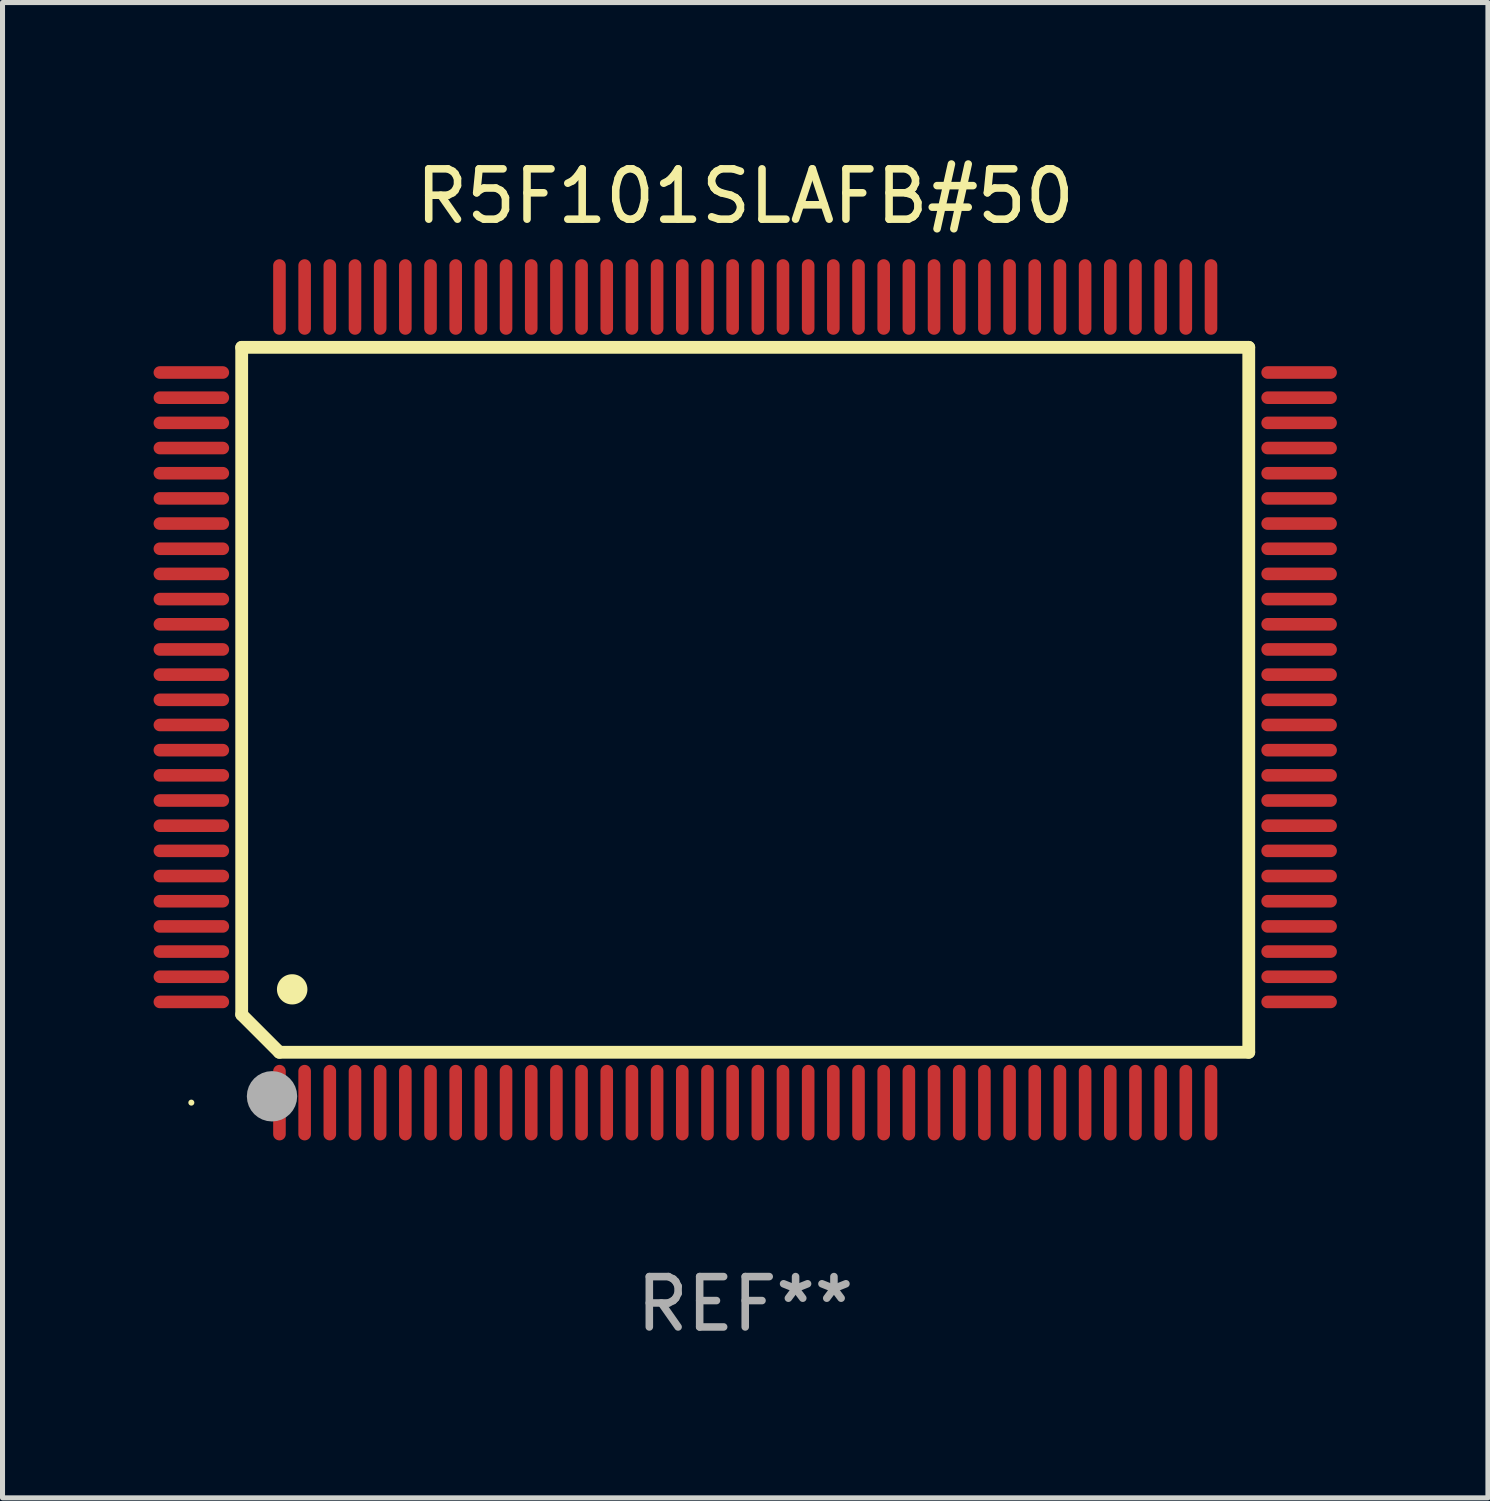
<source format=kicad_pcb>
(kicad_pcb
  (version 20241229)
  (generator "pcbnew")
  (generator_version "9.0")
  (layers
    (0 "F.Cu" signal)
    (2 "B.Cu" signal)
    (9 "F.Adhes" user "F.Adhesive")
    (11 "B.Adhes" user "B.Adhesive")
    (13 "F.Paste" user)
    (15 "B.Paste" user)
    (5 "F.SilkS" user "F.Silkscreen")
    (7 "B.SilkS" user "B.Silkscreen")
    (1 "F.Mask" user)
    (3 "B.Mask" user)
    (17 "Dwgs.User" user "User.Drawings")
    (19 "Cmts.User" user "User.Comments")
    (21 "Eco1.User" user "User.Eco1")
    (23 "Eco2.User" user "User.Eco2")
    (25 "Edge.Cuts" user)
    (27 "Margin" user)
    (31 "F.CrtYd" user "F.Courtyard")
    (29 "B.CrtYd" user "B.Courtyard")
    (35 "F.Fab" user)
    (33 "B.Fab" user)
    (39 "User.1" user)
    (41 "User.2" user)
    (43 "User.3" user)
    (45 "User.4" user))
  (footprint "R5F101SLAFB#50"
    (layer "F.Cu")
    (at 11.75 10.848)
    (property "Reference" "R5F101SLAFB#50" (at 0 -10 0) (layer "F.SilkS") (effects (font (size 1 1) (thickness 0.15))))
    (attr through_hole)
    (fp_line (start -10 -7) (end -10 6.25) (stroke (width 0.254) (type solid)) (layer "F.SilkS"))
    (fp_line (start -10 -7) (end 10 -7) (stroke (width 0.254) (type solid)) (layer "F.SilkS"))
    (fp_line (start -9.252 7) (end -10 6.252) (stroke (width 0.254) (type solid)) (layer "F.SilkS"))
    (fp_line (start 10 -7) (end 10 7) (stroke (width 0.254) (type solid)) (layer "F.SilkS"))
    (fp_line (start 10 7) (end -9.252 7) (stroke (width 0.254) (type solid)) (layer "F.SilkS"))
    (fp_arc (start -9.000025 5.750013) (mid -8.997485 5.750002) (end -8.994945 5.750013) (stroke (width 0.6) (type solid)) (layer "F.SilkS"))
    (fp_circle (center -11 8) (end -10.97 8) (stroke (width 0.06) (type solid)) (fill no) (layer "F.SilkS"))
    (fp_circle (center -9.398 7.874) (end -9.148 7.874) (stroke (width 0.5) (type solid)) (fill no) (layer "F.Fab"))
    (fp_text user "REF**" (at 0 12 0) (layer "F.Fab") (effects (font (size 1 1) (thickness 0.15))))
    (pad "1" smd oval (at -9.25 8) (size 0.25 1.5) (layers "F.Cu" "F.Mask" "F.Paste"))
    (pad "2" smd oval (at -8.75 8) (size 0.25 1.5) (layers "F.Cu" "F.Mask" "F.Paste"))
    (pad "3" smd oval (at -8.25 8) (size 0.25 1.5) (layers "F.Cu" "F.Mask" "F.Paste"))
    (pad "4" smd oval (at -7.75 8) (size 0.25 1.5) (layers "F.Cu" "F.Mask" "F.Paste"))
    (pad "5" smd oval (at -7.25 8) (size 0.25 1.5) (layers "F.Cu" "F.Mask" "F.Paste"))
    (pad "6" smd oval (at -6.75 8) (size 0.25 1.5) (layers "F.Cu" "F.Mask" "F.Paste"))
    (pad "7" smd oval (at -6.25 8) (size 0.25 1.5) (layers "F.Cu" "F.Mask" "F.Paste"))
    (pad "8" smd oval (at -5.75 8) (size 0.25 1.5) (layers "F.Cu" "F.Mask" "F.Paste"))
    (pad "9" smd oval (at -5.25 8) (size 0.25 1.5) (layers "F.Cu" "F.Mask" "F.Paste"))
    (pad "10" smd oval (at -4.75 8) (size 0.25 1.5) (layers "F.Cu" "F.Mask" "F.Paste"))
    (pad "11" smd oval (at -4.25 8) (size 0.25 1.5) (layers "F.Cu" "F.Mask" "F.Paste"))
    (pad "12" smd oval (at -3.75 8) (size 0.25 1.5) (layers "F.Cu" "F.Mask" "F.Paste"))
    (pad "13" smd oval (at -3.25 8) (size 0.25 1.5) (layers "F.Cu" "F.Mask" "F.Paste"))
    (pad "14" smd oval (at -2.75 8) (size 0.25 1.5) (layers "F.Cu" "F.Mask" "F.Paste"))
    (pad "15" smd oval (at -2.25 8) (size 0.25 1.5) (layers "F.Cu" "F.Mask" "F.Paste"))
    (pad "16" smd oval (at -1.75 8) (size 0.25 1.5) (layers "F.Cu" "F.Mask" "F.Paste"))
    (pad "17" smd oval (at -1.25 8) (size 0.25 1.5) (layers "F.Cu" "F.Mask" "F.Paste"))
    (pad "18" smd oval (at -0.75 8) (size 0.25 1.5) (layers "F.Cu" "F.Mask" "F.Paste"))
    (pad "19" smd oval (at -0.25 8) (size 0.25 1.5) (layers "F.Cu" "F.Mask" "F.Paste"))
    (pad "20" smd oval (at 0.25 8) (size 0.25 1.5) (layers "F.Cu" "F.Mask" "F.Paste"))
    (pad "21" smd oval (at 0.75 8) (size 0.25 1.5) (layers "F.Cu" "F.Mask" "F.Paste"))
    (pad "22" smd oval (at 1.25 8) (size 0.25 1.5) (layers "F.Cu" "F.Mask" "F.Paste"))
    (pad "23" smd oval (at 1.75 8) (size 0.25 1.5) (layers "F.Cu" "F.Mask" "F.Paste"))
    (pad "24" smd oval (at 2.25 8) (size 0.25 1.5) (layers "F.Cu" "F.Mask" "F.Paste"))
    (pad "25" smd oval (at 2.75 8) (size 0.25 1.5) (layers "F.Cu" "F.Mask" "F.Paste"))
    (pad "26" smd oval (at 3.25 8) (size 0.25 1.5) (layers "F.Cu" "F.Mask" "F.Paste"))
    (pad "27" smd oval (at 3.75 8) (size 0.25 1.5) (layers "F.Cu" "F.Mask" "F.Paste"))
    (pad "28" smd oval (at 4.25 8) (size 0.25 1.5) (layers "F.Cu" "F.Mask" "F.Paste"))
    (pad "29" smd oval (at 4.75 8) (size 0.25 1.5) (layers "F.Cu" "F.Mask" "F.Paste"))
    (pad "30" smd oval (at 5.25 8) (size 0.25 1.5) (layers "F.Cu" "F.Mask" "F.Paste"))
    (pad "31" smd oval (at 5.75 8) (size 0.25 1.5) (layers "F.Cu" "F.Mask" "F.Paste"))
    (pad "32" smd oval (at 6.25 8) (size 0.25 1.5) (layers "F.Cu" "F.Mask" "F.Paste"))
    (pad "33" smd oval (at 6.75 8 180) (size 0.25 1.5) (layers "F.Cu" "F.Mask" "F.Paste"))
    (pad "34" smd oval (at 7.25 8 180) (size 0.25 1.5) (layers "F.Cu" "F.Mask" "F.Paste"))
    (pad "35" smd oval (at 7.75 8 180) (size 0.25 1.5) (layers "F.Cu" "F.Mask" "F.Paste"))
    (pad "36" smd oval (at 8.25 8 180) (size 0.25 1.5) (layers "F.Cu" "F.Mask" "F.Paste"))
    (pad "37" smd oval (at 8.75 8 180) (size 0.25 1.5) (layers "F.Cu" "F.Mask" "F.Paste"))
    (pad "38" smd oval (at 9.25 8 180) (size 0.25 1.5) (layers "F.Cu" "F.Mask" "F.Paste"))
    (pad "39" smd oval (at 11 6 270) (size 0.25 1.5) (layers "F.Cu" "F.Mask" "F.Paste"))
    (pad "40" smd oval (at 11 5.5 270) (size 0.25 1.5) (layers "F.Cu" "F.Mask" "F.Paste"))
    (pad "41" smd oval (at 11 5 270) (size 0.25 1.5) (layers "F.Cu" "F.Mask" "F.Paste"))
    (pad "42" smd oval (at 11 4.5 270) (size 0.25 1.5) (layers "F.Cu" "F.Mask" "F.Paste"))
    (pad "43" smd oval (at 11 4 270) (size 0.25 1.5) (layers "F.Cu" "F.Mask" "F.Paste"))
    (pad "44" smd oval (at 11 3.5 270) (size 0.25 1.5) (layers "F.Cu" "F.Mask" "F.Paste"))
    (pad "45" smd oval (at 11 3 270) (size 0.25 1.5) (layers "F.Cu" "F.Mask" "F.Paste"))
    (pad "46" smd oval (at 11 2.5 270) (size 0.25 1.5) (layers "F.Cu" "F.Mask" "F.Paste"))
    (pad "47" smd oval (at 11 2 270) (size 0.25 1.5) (layers "F.Cu" "F.Mask" "F.Paste"))
    (pad "48" smd oval (at 11 1.5 270) (size 0.25 1.5) (layers "F.Cu" "F.Mask" "F.Paste"))
    (pad "49" smd oval (at 11 1 270) (size 0.25 1.5) (layers "F.Cu" "F.Mask" "F.Paste"))
    (pad "50" smd oval (at 11 0.5 270) (size 0.25 1.5) (layers "F.Cu" "F.Mask" "F.Paste"))
    (pad "51" smd oval (at 11 0 270) (size 0.25 1.5) (layers "F.Cu" "F.Mask" "F.Paste"))
    (pad "52" smd oval (at 11 -0.5 270) (size 0.25 1.5) (layers "F.Cu" "F.Mask" "F.Paste"))
    (pad "53" smd oval (at 11 -1 270) (size 0.25 1.5) (layers "F.Cu" "F.Mask" "F.Paste"))
    (pad "54" smd oval (at 11 -1.5 270) (size 0.25 1.5) (layers "F.Cu" "F.Mask" "F.Paste"))
    (pad "55" smd oval (at 11 -2 270) (size 0.25 1.5) (layers "F.Cu" "F.Mask" "F.Paste"))
    (pad "56" smd oval (at 11 -2.5 270) (size 0.25 1.5) (layers "F.Cu" "F.Mask" "F.Paste"))
    (pad "57" smd oval (at 11 -3 270) (size 0.25 1.5) (layers "F.Cu" "F.Mask" "F.Paste"))
    (pad "58" smd oval (at 11 -3.5 270) (size 0.25 1.5) (layers "F.Cu" "F.Mask" "F.Paste"))
    (pad "59" smd oval (at 11 -4 270) (size 0.25 1.5) (layers "F.Cu" "F.Mask" "F.Paste"))
    (pad "60" smd oval (at 11 -4.5 270) (size 0.25 1.5) (layers "F.Cu" "F.Mask" "F.Paste"))
    (pad "61" smd oval (at 11 -5 270) (size 0.25 1.5) (layers "F.Cu" "F.Mask" "F.Paste"))
    (pad "62" smd oval (at 11 -5.5 270) (size 0.25 1.5) (layers "F.Cu" "F.Mask" "F.Paste"))
    (pad "63" smd oval (at 11 -6 270) (size 0.25 1.5) (layers "F.Cu" "F.Mask" "F.Paste"))
    (pad "64" smd oval (at 11 -6.5 270) (size 0.25 1.5) (layers "F.Cu" "F.Mask" "F.Paste"))
    (pad "65" smd oval (at 9.25 -8 180) (size 0.25 1.5) (layers "F.Cu" "F.Mask" "F.Paste"))
    (pad "66" smd oval (at 8.75 -8 180) (size 0.25 1.5) (layers "F.Cu" "F.Mask" "F.Paste"))
    (pad "67" smd oval (at 8.25 -8 180) (size 0.25 1.5) (layers "F.Cu" "F.Mask" "F.Paste"))
    (pad "68" smd oval (at 7.75 -8 180) (size 0.25 1.5) (layers "F.Cu" "F.Mask" "F.Paste"))
    (pad "69" smd oval (at 7.25 -8 180) (size 0.25 1.5) (layers "F.Cu" "F.Mask" "F.Paste"))
    (pad "70" smd oval (at 6.75 -8 180) (size 0.25 1.5) (layers "F.Cu" "F.Mask" "F.Paste"))
    (pad "71" smd oval (at 6.25 -8 180) (size 0.25 1.5) (layers "F.Cu" "F.Mask" "F.Paste"))
    (pad "72" smd oval (at 5.75 -8 180) (size 0.25 1.5) (layers "F.Cu" "F.Mask" "F.Paste"))
    (pad "73" smd oval (at 5.25 -8 180) (size 0.25 1.5) (layers "F.Cu" "F.Mask" "F.Paste"))
    (pad "74" smd oval (at 4.75 -8 180) (size 0.25 1.5) (layers "F.Cu" "F.Mask" "F.Paste"))
    (pad "75" smd oval (at 4.25 -8 180) (size 0.25 1.5) (layers "F.Cu" "F.Mask" "F.Paste"))
    (pad "76" smd oval (at 3.75 -8 180) (size 0.25 1.5) (layers "F.Cu" "F.Mask" "F.Paste"))
    (pad "77" smd oval (at 3.25 -8 180) (size 0.25 1.5) (layers "F.Cu" "F.Mask" "F.Paste"))
    (pad "78" smd oval (at 2.75 -8 180) (size 0.25 1.5) (layers "F.Cu" "F.Mask" "F.Paste"))
    (pad "79" smd oval (at 2.25 -8 180) (size 0.25 1.5) (layers "F.Cu" "F.Mask" "F.Paste"))
    (pad "80" smd oval (at 1.75 -8 180) (size 0.25 1.5) (layers "F.Cu" "F.Mask" "F.Paste"))
    (pad "81" smd oval (at 1.25 -8 180) (size 0.25 1.5) (layers "F.Cu" "F.Mask" "F.Paste"))
    (pad "82" smd oval (at 0.75 -8 180) (size 0.25 1.5) (layers "F.Cu" "F.Mask" "F.Paste"))
    (pad "83" smd oval (at 0.25 -8 180) (size 0.25 1.5) (layers "F.Cu" "F.Mask" "F.Paste"))
    (pad "84" smd oval (at -0.25 -8 180) (size 0.25 1.5) (layers "F.Cu" "F.Mask" "F.Paste"))
    (pad "85" smd oval (at -0.75 -8 180) (size 0.25 1.5) (layers "F.Cu" "F.Mask" "F.Paste"))
    (pad "86" smd oval (at -1.25 -8 180) (size 0.25 1.5) (layers "F.Cu" "F.Mask" "F.Paste"))
    (pad "87" smd oval (at -1.75 -8 180) (size 0.25 1.5) (layers "F.Cu" "F.Mask" "F.Paste"))
    (pad "88" smd oval (at -2.25 -8 180) (size 0.25 1.5) (layers "F.Cu" "F.Mask" "F.Paste"))
    (pad "89" smd oval (at -2.75 -8 180) (size 0.25 1.5) (layers "F.Cu" "F.Mask" "F.Paste"))
    (pad "90" smd oval (at -3.25 -8 180) (size 0.25 1.5) (layers "F.Cu" "F.Mask" "F.Paste"))
    (pad "91" smd oval (at -3.75 -8 180) (size 0.25 1.5) (layers "F.Cu" "F.Mask" "F.Paste"))
    (pad "92" smd oval (at -4.25 -8 180) (size 0.25 1.5) (layers "F.Cu" "F.Mask" "F.Paste"))
    (pad "93" smd oval (at -4.75 -8 180) (size 0.25 1.5) (layers "F.Cu" "F.Mask" "F.Paste"))
    (pad "94" smd oval (at -5.25 -8 180) (size 0.25 1.5) (layers "F.Cu" "F.Mask" "F.Paste"))
    (pad "95" smd oval (at -5.75 -8 180) (size 0.25 1.5) (layers "F.Cu" "F.Mask" "F.Paste"))
    (pad "96" smd oval (at -6.25 -8 180) (size 0.25 1.5) (layers "F.Cu" "F.Mask" "F.Paste"))
    (pad "97" smd oval (at -6.75 -8 180) (size 0.25 1.5) (layers "F.Cu" "F.Mask" "F.Paste"))
    (pad "98" smd oval (at -7.25 -8 180) (size 0.25 1.5) (layers "F.Cu" "F.Mask" "F.Paste"))
    (pad "99" smd oval (at -7.75 -8 180) (size 0.25 1.5) (layers "F.Cu" "F.Mask" "F.Paste"))
    (pad "100" smd oval (at -8.25 -8 180) (size 0.25 1.5) (layers "F.Cu" "F.Mask" "F.Paste"))
    (pad "101" smd oval (at -8.75 -8 180) (size 0.25 1.5) (layers "F.Cu" "F.Mask" "F.Paste"))
    (pad "102" smd oval (at -9.25 -8) (size 0.25 1.5) (layers "F.Cu" "F.Mask" "F.Paste"))
    (pad "103" smd oval (at -11 -6.5 270) (size 0.25 1.5) (layers "F.Cu" "F.Mask" "F.Paste"))
    (pad "104" smd oval (at -11 -6 270) (size 0.25 1.5) (layers "F.Cu" "F.Mask" "F.Paste"))
    (pad "105" smd oval (at -11 -5.5 270) (size 0.25 1.5) (layers "F.Cu" "F.Mask" "F.Paste"))
    (pad "106" smd oval (at -11 -5 270) (size 0.25 1.5) (layers "F.Cu" "F.Mask" "F.Paste"))
    (pad "107" smd oval (at -11 -4.5 270) (size 0.25 1.5) (layers "F.Cu" "F.Mask" "F.Paste"))
    (pad "108" smd oval (at -11 -4 270) (size 0.25 1.5) (layers "F.Cu" "F.Mask" "F.Paste"))
    (pad "109" smd oval (at -11 -3.5 270) (size 0.25 1.5) (layers "F.Cu" "F.Mask" "F.Paste"))
    (pad "110" smd oval (at -11 -3 270) (size 0.25 1.5) (layers "F.Cu" "F.Mask" "F.Paste"))
    (pad "111" smd oval (at -11 -2.5 270) (size 0.25 1.5) (layers "F.Cu" "F.Mask" "F.Paste"))
    (pad "112" smd oval (at -11 -2 270) (size 0.25 1.5) (layers "F.Cu" "F.Mask" "F.Paste"))
    (pad "113" smd oval (at -11 -1.5 270) (size 0.25 1.5) (layers "F.Cu" "F.Mask" "F.Paste"))
    (pad "114" smd oval (at -11 -1 270) (size 0.25 1.5) (layers "F.Cu" "F.Mask" "F.Paste"))
    (pad "115" smd oval (at -11 -0.5 270) (size 0.25 1.5) (layers "F.Cu" "F.Mask" "F.Paste"))
    (pad "116" smd oval (at -11 0 270) (size 0.25 1.5) (layers "F.Cu" "F.Mask" "F.Paste"))
    (pad "117" smd oval (at -11 0.5 270) (size 0.25 1.5) (layers "F.Cu" "F.Mask" "F.Paste"))
    (pad "118" smd oval (at -11 1 270) (size 0.25 1.5) (layers "F.Cu" "F.Mask" "F.Paste"))
    (pad "119" smd oval (at -11 1.5 270) (size 0.25 1.5) (layers "F.Cu" "F.Mask" "F.Paste"))
    (pad "120" smd oval (at -11 2 270) (size 0.25 1.5) (layers "F.Cu" "F.Mask" "F.Paste"))
    (pad "121" smd oval (at -11 2.5 270) (size 0.25 1.5) (layers "F.Cu" "F.Mask" "F.Paste"))
    (pad "122" smd oval (at -11 3 270) (size 0.25 1.5) (layers "F.Cu" "F.Mask" "F.Paste"))
    (pad "123" smd oval (at -11 3.5 270) (size 0.25 1.5) (layers "F.Cu" "F.Mask" "F.Paste"))
    (pad "124" smd oval (at -11 4 270) (size 0.25 1.5) (layers "F.Cu" "F.Mask" "F.Paste"))
    (pad "125" smd oval (at -11 4.5 270) (size 0.25 1.5) (layers "F.Cu" "F.Mask" "F.Paste"))
    (pad "126" smd oval (at -11 5 270) (size 0.25 1.5) (layers "F.Cu" "F.Mask" "F.Paste"))
    (pad "127" smd oval (at -11 5.5 270) (size 0.25 1.5) (layers "F.Cu" "F.Mask" "F.Paste"))
    (pad "128" smd oval (at -11 6 270) (size 0.25 1.5) (layers "F.Cu" "F.Mask" "F.Paste")))
  (gr_rect
    (start -3 -3)
    (end 26.5 26.697)
    (stroke (width 0.1) (type default))
    (fill no)
    (layer "Edge.Cuts")))
</source>
